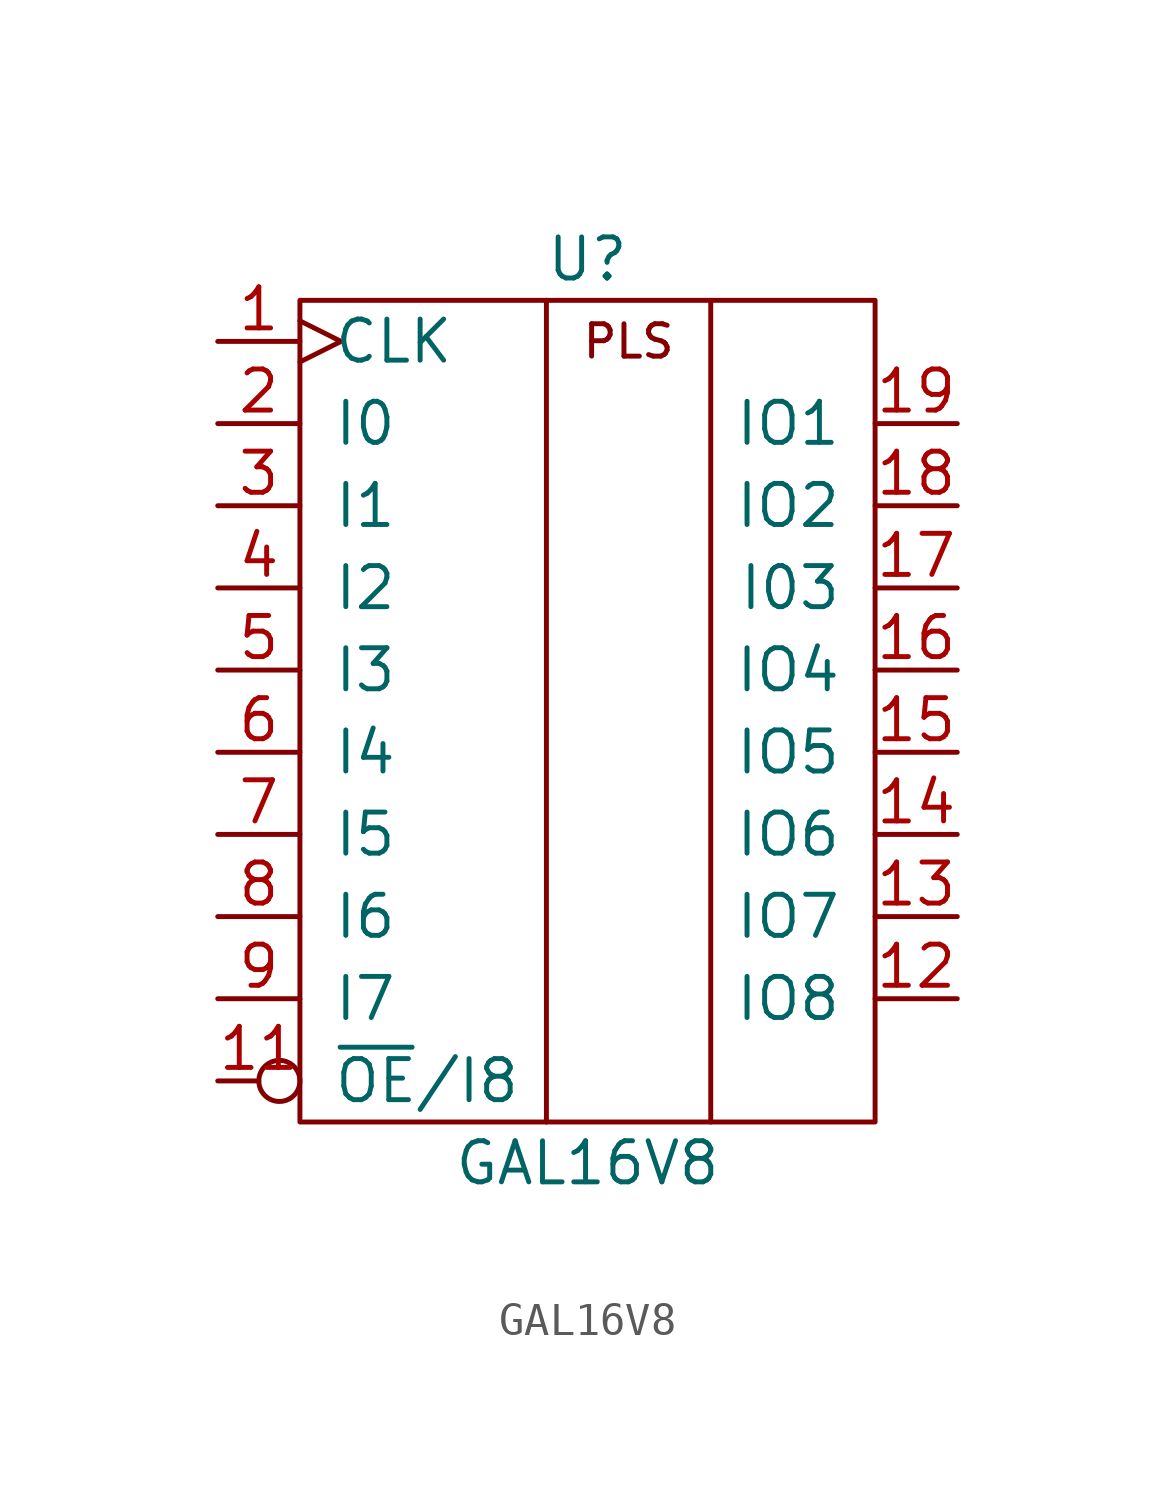
<source format=kicad_sym>
(kicad_symbol_lib
  (version 20211014)
  (generator kicad_symbol_editor)
  (symbol "GAL16V8"
    (pin_names
      (offset 1.016))
    (property "Reference" "U"
      (at 0 13.97 0)
      (effects (font (size 1.27 1.27))))
    (property "Value" "GAL16V8"
      (at 0 -13.97 0)
      (effects (font (size 1.27 1.27))))
    (symbol "GAL16V8_0_0"
      (rectangle (start -8.89 12.7) (end 8.89 -12.7) (stroke (width 0) (type default) (color 0 0 0 0)) (fill (type none)))
      (polyline (pts (xy -1.27 12.7) (xy -1.27 -12.7)) (stroke (width 0) (type default) (color 0 0 0 0)) (fill (type none)))
      (polyline (pts (xy 3.81 12.7) (xy 3.81 -12.7)) (stroke (width 0) (type default) (color 0 0 0 0)) (fill (type none)))
      (text "PLS" (at 1.27 11.43 0) (effects (font (size 1 1)))))
    (symbol "GAL16V8_0_1"
      (pin power_in line (at 8.89 -12.7 180) (length 0) hide (name "GND" (effects (font (size 1.27 1.27)))) (number "10" (effects (font (size 1.27 1.27)))))
      (pin power_in line (at 8.89 12.7 180) (length 0) hide (name "VCC" (effects (font (size 1.27 1.27)))) (number "20" (effects (font (size 1.27 1.27))))))
    (symbol "GAL16V8_1_1"
      (pin input clock (at -11.43 11.43 0) (length 2.54) (name "CLK" (effects (font (size 1.27 1.27)))) (number "1" (effects (font (size 1.27 1.27)))))
      (pin input inverted (at -11.43 -11.43 0) (length 2.54) (name "~{OE}/I8" (effects (font (size 1.27 1.27)))) (number "11" (effects (font (size 1.27 1.27)))))
      (pin bidirectional line (at 11.43 -8.89 180) (length 2.54) (name "IO8" (effects (font (size 1.27 1.27)))) (number "12" (effects (font (size 1.27 1.27)))))
      (pin bidirectional line (at 11.43 -6.35 180) (length 2.54) (name "IO7" (effects (font (size 1.27 1.27)))) (number "13" (effects (font (size 1.27 1.27)))))
      (pin bidirectional line (at 11.43 -3.81 180) (length 2.54) (name "IO6" (effects (font (size 1.27 1.27)))) (number "14" (effects (font (size 1.27 1.27)))))
      (pin bidirectional line (at 11.43 -1.27 180) (length 2.54) (name "IO5" (effects (font (size 1.27 1.27)))) (number "15" (effects (font (size 1.27 1.27)))))
      (pin bidirectional line (at 11.43 1.27 180) (length 2.54) (name "IO4" (effects (font (size 1.27 1.27)))) (number "16" (effects (font (size 1.27 1.27)))))
      (pin bidirectional line (at 11.43 3.81 180) (length 2.54) (name "I03" (effects (font (size 1.27 1.27)))) (number "17" (effects (font (size 1.27 1.27)))))
      (pin bidirectional line (at 11.43 6.35 180) (length 2.54) (name "IO2" (effects (font (size 1.27 1.27)))) (number "18" (effects (font (size 1.27 1.27)))))
      (pin bidirectional line (at 11.43 8.89 180) (length 2.54) (name "IO1" (effects (font (size 1.27 1.27)))) (number "19" (effects (font (size 1.27 1.27)))))
      (pin input line (at -11.43 8.89 0) (length 2.54) (name "I0" (effects (font (size 1.27 1.27)))) (number "2" (effects (font (size 1.27 1.27)))))
      (pin input line (at -11.43 6.35 0) (length 2.54) (name "I1" (effects (font (size 1.27 1.27)))) (number "3" (effects (font (size 1.27 1.27)))))
      (pin input line (at -11.43 3.81 0) (length 2.54) (name "I2" (effects (font (size 1.27 1.27)))) (number "4" (effects (font (size 1.27 1.27)))))
      (pin input line (at -11.43 1.27 0) (length 2.54) (name "I3" (effects (font (size 1.27 1.27)))) (number "5" (effects (font (size 1.27 1.27)))))
      (pin input line (at -11.43 -1.27 0) (length 2.54) (name "I4" (effects (font (size 1.27 1.27)))) (number "6" (effects (font (size 1.27 1.27)))))
      (pin input line (at -11.43 -3.81 0) (length 2.54) (name "I5" (effects (font (size 1.27 1.27)))) (number "7" (effects (font (size 1.27 1.27)))))
      (pin input line (at -11.43 -6.35 0) (length 2.54) (name "I6" (effects (font (size 1.27 1.27)))) (number "8" (effects (font (size 1.27 1.27)))))
      (pin input line (at -11.43 -8.89 0) (length 2.54) (name "I7" (effects (font (size 1.27 1.27)))) (number "9" (effects (font (size 1.27 1.27))))))))
</source>
